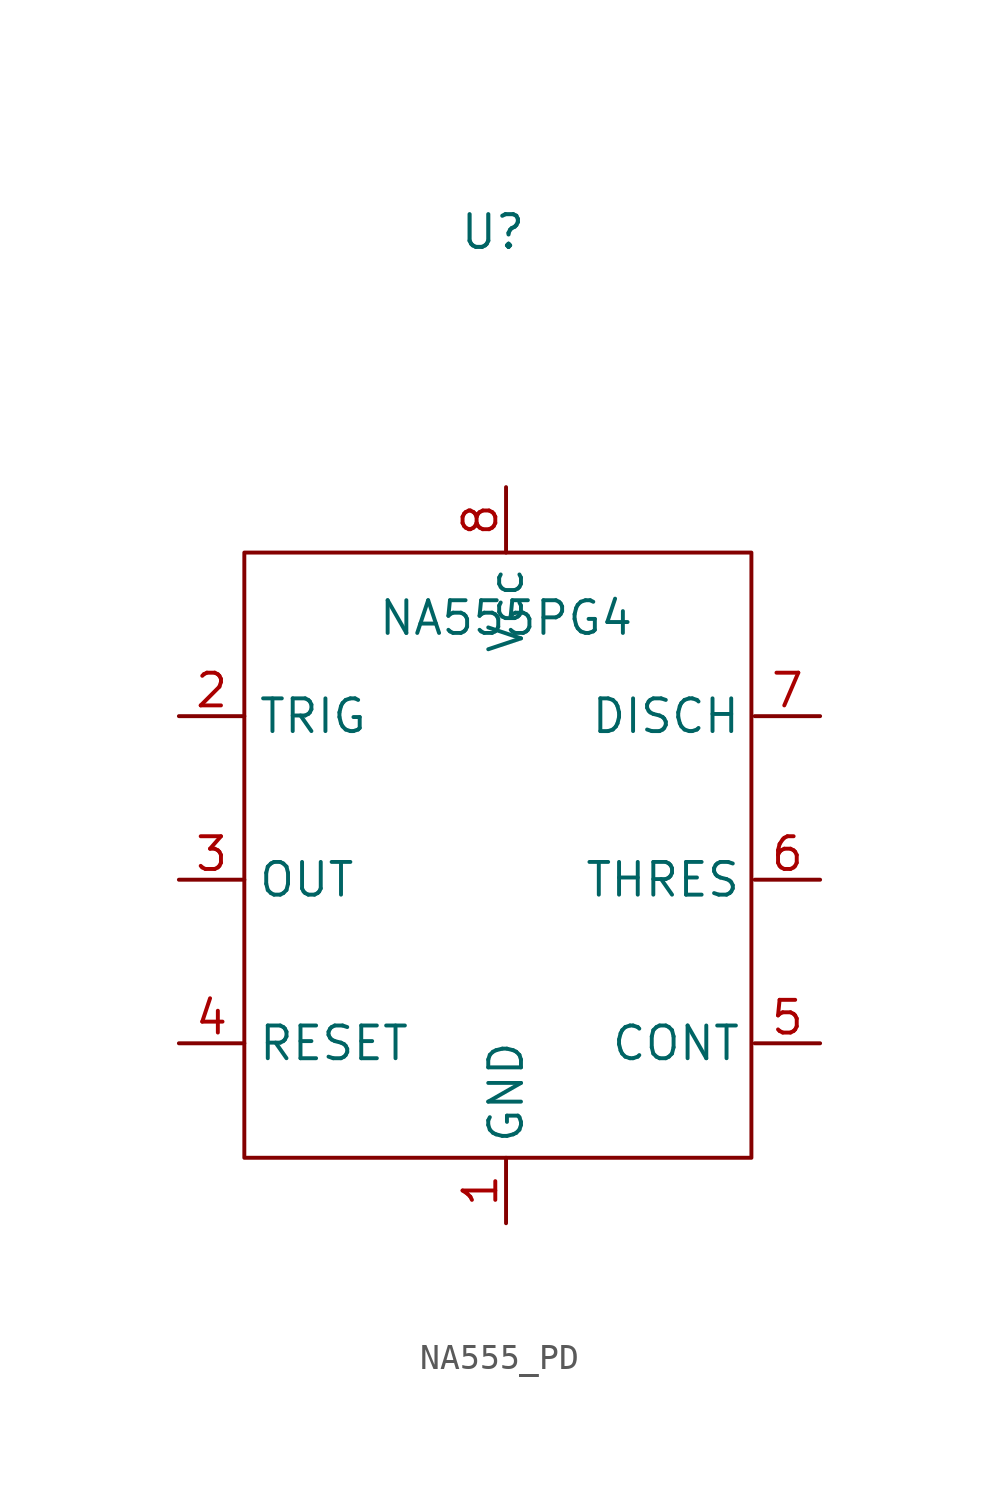
<source format=kicad_sym>
(kicad_symbol_lib
  (version 20231120)
  (generator "kicad_symbol_editor")
  (generator_version "8.0")
  (symbol "NA555_PD"
    (property "Reference" "U"
      (at -0.508 14.986 0)
      (do_not_autoplace)
      (effects (font (size 1.27 1.27) (thickness 0.159))))
    (property "Value" "NA555PG4"
      (at 0 0 0)
      (effects (font (size 1.27 1.27))))
    (symbol "NA555_PD_0_1"
      (rectangle (start -10.16 2.54) (end 9.525 -20.955) (stroke (width 0) (type default)) (fill (type none))))
    (symbol "NA555_PD_1_1"
      (pin power_in line (at 0 -23.495 90) (length 2.54) (name "GND" (effects (font (size 1.27 1.27)))) (number "1" (effects (font (size 1.27 1.27)))))
      (pin input line (at -12.7 -3.81 0) (length 2.54) (name "TRIG" (effects (font (size 1.27 1.27)))) (number "2" (effects (font (size 1.27 1.27)))))
      (pin input line (at -12.7 -10.16 0) (length 2.54) (name "OUT" (effects (font (size 1.27 1.27)))) (number "3" (effects (font (size 1.27 1.27)))))
      (pin input line (at -12.7 -16.51 0) (length 2.54) (name "RESET" (effects (font (size 1.27 1.27)))) (number "4" (effects (font (size 1.27 1.27)))))
      (pin bidirectional line (at 12.192 -16.51 180) (length 2.54) (name "CONT" (effects (font (size 1.27 1.27)))) (number "5" (effects (font (size 1.27 1.27)))))
      (pin output line (at 12.192 -10.16 180) (length 2.54) (name "THRES" (effects (font (size 1.27 1.27)))) (number "6" (effects (font (size 1.27 1.27)))))
      (pin output line (at 12.192 -3.81 180) (length 2.54) (name "DISCH" (effects (font (size 1.27 1.27)))) (number "7" (effects (font (size 1.27 1.27)))))
      (pin power_in line (at 0 5.08 270) (length 2.54) (name "Vcc" (effects (font (size 1.27 1.27)))) (number "8" (effects (font (size 1.27 1.27))))))))
</source>
